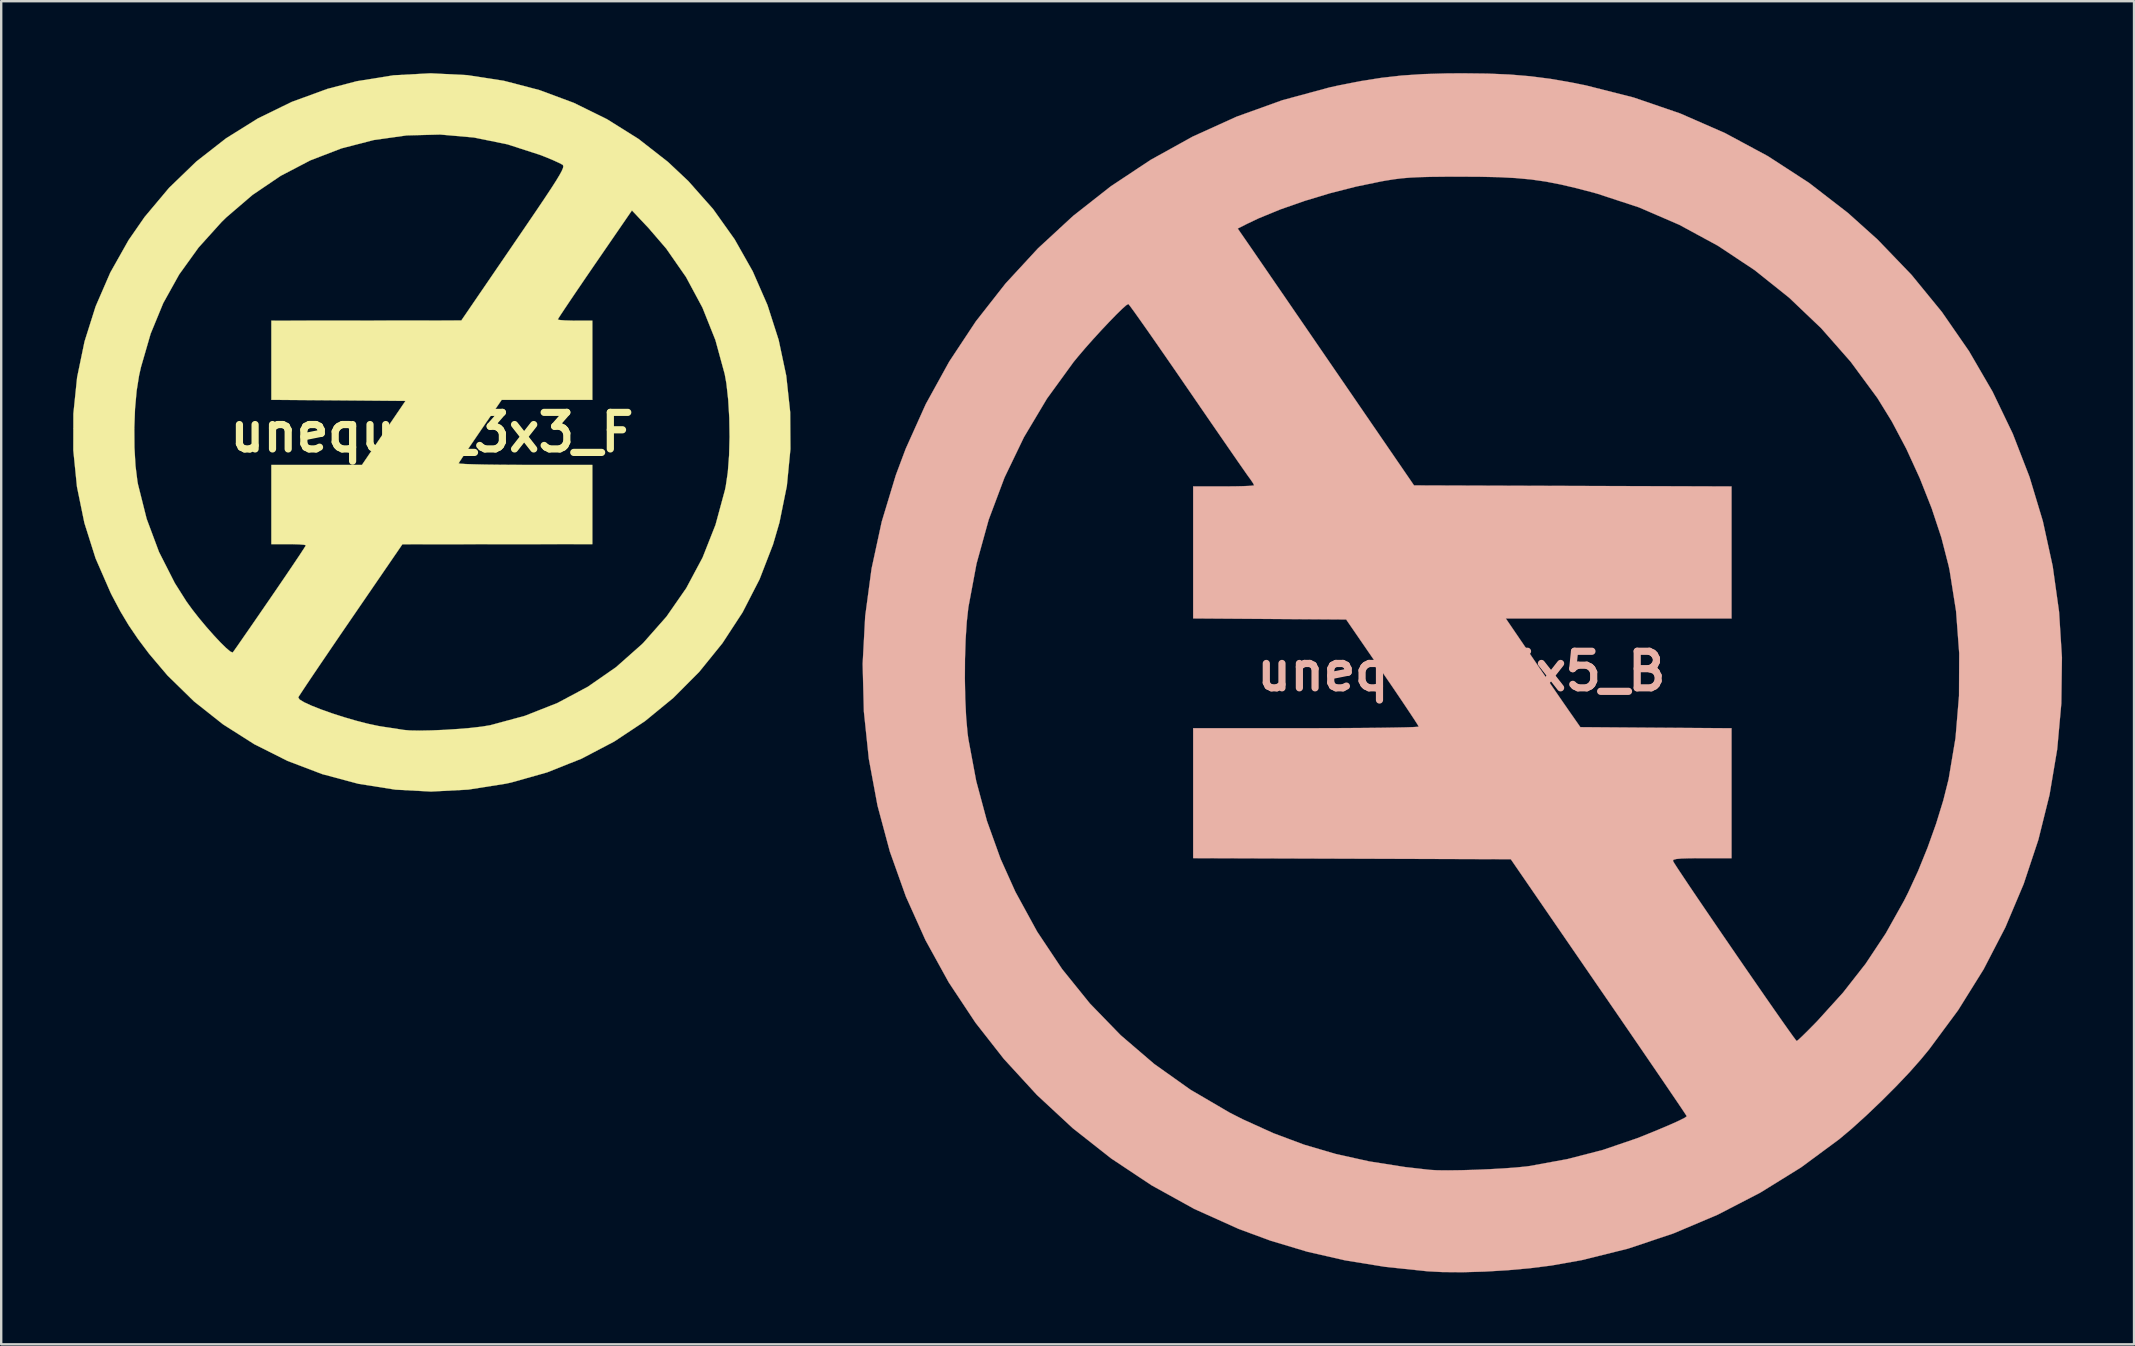
<source format=kicad_pcb>
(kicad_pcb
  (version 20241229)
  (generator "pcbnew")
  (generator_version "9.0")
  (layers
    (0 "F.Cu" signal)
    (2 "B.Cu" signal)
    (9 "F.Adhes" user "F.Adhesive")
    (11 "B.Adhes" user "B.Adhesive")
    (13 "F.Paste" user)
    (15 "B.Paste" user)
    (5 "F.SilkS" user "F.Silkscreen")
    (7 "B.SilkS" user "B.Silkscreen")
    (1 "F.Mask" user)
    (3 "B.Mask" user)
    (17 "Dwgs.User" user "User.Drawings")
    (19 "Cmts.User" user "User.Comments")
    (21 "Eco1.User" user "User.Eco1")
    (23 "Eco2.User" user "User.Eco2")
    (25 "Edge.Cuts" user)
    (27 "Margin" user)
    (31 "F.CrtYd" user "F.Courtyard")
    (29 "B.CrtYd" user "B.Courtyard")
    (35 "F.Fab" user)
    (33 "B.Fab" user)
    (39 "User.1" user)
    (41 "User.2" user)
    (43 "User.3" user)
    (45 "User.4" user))
  (footprint "unequal_5x5_B"
    (layer "F.Cu")
    (at 57.851 24.926)
    (property "Reference" "unequal_5x5_B" (at 0 0 0) (layer "B.SilkS") (effects (font (size 1.524 1.524) (thickness 0.3))))
    (attr through_hole)
    (fp_poly (pts (xy 1.088 -24.909) (xy 2.016 -24.87) (xy 2.875 -24.798) (xy 3.716 -24.69) (xy 4.587 -24.539) (xy 5.183 -24.419) (xy 7.182 -23.912) (xy 9.12 -23.248) (xy 10.988 -22.431) (xy 12.78 -21.466) (xy 14.49 -20.356) (xy 16.11 -19.104) (xy 17.348 -17.992) (xy 18.759 -16.525) (xy 20.028 -14.974) (xy 21.155 -13.346) (xy 22.14 -11.652) (xy 22.982 -9.899) (xy 23.68 -8.098) (xy 24.235 -6.256) (xy 24.645 -4.382) (xy 24.91 -2.486) (xy 25.03 -0.577) (xy 25.005 1.338) (xy 24.833 3.248) (xy 24.514 5.145) (xy 24.048 7.02) (xy 23.435 8.865) (xy 22.673 10.669) (xy 21.763 12.425) (xy 20.704 14.124) (xy 19.496 15.756) (xy 19.154 16.171) (xy 18.686 16.702) (xy 18.123 17.295) (xy 17.505 17.913) (xy 16.873 18.516) (xy 16.266 19.065) (xy 15.748 19.501) (xy 14.155 20.677) (xy 12.458 21.728) (xy 10.678 22.649) (xy 8.832 23.43) (xy 6.939 24.063) (xy 5.017 24.54) (xy 3.75 24.765) (xy 2.871 24.876) (xy 1.929 24.961) (xy 0.973 25.018) (xy 0.049 25.044) (xy -0.795 25.037) (xy -1.397 25.006) (xy -3.18 24.819) (xy -4.845 24.549) (xy -6.424 24.188) (xy -7.953 23.729) (xy -9.278 23.24) (xy -11.13 22.406) (xy -12.905 21.424) (xy -14.596 20.3) (xy -16.193 19.042) (xy -17.686 17.657) (xy -19.068 16.151) (xy -20.246 14.647) (xy -21.363 12.963) (xy -22.331 11.206) (xy -23.149 9.386) (xy -23.816 7.512) (xy -24.331 5.596) (xy -24.693 3.646) (xy -24.899 1.674) (xy -24.934 0.328) (xy -20.69 0.328) (xy -20.674 1.149) (xy -20.637 1.911) (xy -20.579 2.569) (xy -20.545 2.82) (xy -20.217 4.575) (xy -19.772 6.231) (xy -19.202 7.818) (xy -18.587 9.186) (xy -17.676 10.853) (xy -16.64 12.407) (xy -15.48 13.844) (xy -14.199 15.164) (xy -12.801 16.363) (xy -11.285 17.44) (xy -9.657 18.392) (xy -9.102 18.674) (xy -7.832 19.25) (xy -6.553 19.728) (xy -5.233 20.116) (xy -3.839 20.425) (xy -2.339 20.661) (xy -1.312 20.778) (xy -0.995 20.795) (xy -0.547 20.799) (xy -0.008 20.792) (xy 0.584 20.775) (xy 1.19 20.749) (xy 1.773 20.716) (xy 2.292 20.678) (xy 2.709 20.636) (xy 2.836 20.619) (xy 4.421 20.329) (xy 5.9 19.947) (xy 7.32 19.462) (xy 7.578 19.361) (xy 8.198 19.108) (xy 8.7 18.895) (xy 9.073 18.727) (xy 9.308 18.609) (xy 9.394 18.544) (xy 9.394 18.542) (xy 9.347 18.467) (xy 9.212 18.264) (xy 8.995 17.942) (xy 8.704 17.514) (xy 8.347 16.989) (xy 7.93 16.379) (xy 7.462 15.694) (xy 6.949 14.945) (xy 6.399 14.143) (xy 5.818 13.298) (xy 5.727 13.166) (xy 2.061 7.832) (xy -4.558 7.81) (xy -11.176 7.788) (xy -11.176 2.371) (xy -6.477 2.371) (xy -5.603 2.37) (xy -4.781 2.366) (xy -4.028 2.361) (xy -3.357 2.354) (xy -2.786 2.345) (xy -2.328 2.336) (xy -1.999 2.325) (xy -1.814 2.313) (xy -1.778 2.305) (xy -1.824 2.221) (xy -1.955 2.016) (xy -2.16 1.706) (xy -2.426 1.308) (xy -2.742 0.84) (xy -3.097 0.319) (xy -3.289 0.04) (xy -4.8 -2.159) (xy -7.988 -2.181) (xy -11.176 -2.203) (xy -11.176 -7.705) (xy -9.906 -7.705) (xy -9.464 -7.708) (xy -9.089 -7.716) (xy -8.81 -7.728) (xy -8.657 -7.744) (xy -8.636 -7.753) (xy -8.683 -7.844) (xy -8.798 -8.014) (xy -8.84 -8.07) (xy -8.928 -8.192) (xy -9.101 -8.44) (xy -9.35 -8.797) (xy -9.663 -9.25) (xy -10.032 -9.785) (xy -10.446 -10.385) (xy -10.895 -11.038) (xy -11.368 -11.727) (xy -11.426 -11.811) (xy -11.895 -12.494) (xy -12.337 -13.133) (xy -12.741 -13.716) (xy -13.098 -14.228) (xy -13.4 -14.656) (xy -13.635 -14.987) (xy -13.796 -15.207) (xy -13.873 -15.304) (xy -13.877 -15.307) (xy -13.962 -15.258) (xy -14.138 -15.102) (xy -14.384 -14.861) (xy -14.681 -14.555) (xy -15.009 -14.207) (xy -15.347 -13.837) (xy -15.676 -13.466) (xy -15.974 -13.116) (xy -16.161 -12.888) (xy -17.269 -11.363) (xy -18.228 -9.756) (xy -19.039 -8.072) (xy -19.698 -6.315) (xy -20.203 -4.49) (xy -20.544 -2.667) (xy -20.612 -2.05) (xy -20.659 -1.316) (xy -20.685 -0.508) (xy -20.69 0.328) (xy -24.934 0.328) (xy -24.95 -0.31) (xy -24.844 -2.297) (xy -24.579 -4.276) (xy -24.154 -6.238) (xy -23.569 -8.171) (xy -23.157 -9.271) (xy -22.319 -11.135) (xy -21.341 -12.908) (xy -20.231 -14.585) (xy -18.996 -16.16) (xy -17.643 -17.626) (xy -16.749 -18.451) (xy -9.319 -18.451) (xy -8.809 -17.714) (xy -8.672 -17.515) (xy -8.449 -17.19) (xy -8.15 -16.755) (xy -7.784 -16.221) (xy -7.36 -15.605) (xy -6.89 -14.919) (xy -6.381 -14.178) (xy -5.845 -13.396) (xy -5.29 -12.587) (xy -5.135 -12.361) (xy -1.971 -7.747) (xy 11.261 -7.704) (xy 11.261 -2.201) (xy 1.853 -2.201) (xy 2.934 -0.614) (xy 3.28 -0.106) (xy 3.627 0.401) (xy 3.952 0.875) (xy 4.232 1.282) (xy 4.446 1.59) (xy 4.488 1.651) (xy 4.961 2.328) (xy 8.111 2.351) (xy 11.261 2.373) (xy 11.261 7.789) (xy 10.027 7.789) (xy 9.531 7.792) (xy 9.184 7.802) (xy 8.963 7.822) (xy 8.849 7.852) (xy 8.819 7.896) (xy 8.82 7.902) (xy 8.872 7.993) (xy 9.009 8.206) (xy 9.221 8.525) (xy 9.495 8.935) (xy 9.822 9.419) (xy 10.191 9.962) (xy 10.591 10.549) (xy 11.012 11.164) (xy 11.442 11.791) (xy 11.871 12.415) (xy 12.289 13.019) (xy 12.683 13.589) (xy 13.045 14.109) (xy 13.362 14.562) (xy 13.625 14.934) (xy 13.822 15.209) (xy 13.943 15.371) (xy 13.977 15.409) (xy 14.052 15.352) (xy 14.22 15.194) (xy 14.459 14.958) (xy 14.746 14.667) (xy 14.827 14.584) (xy 15.906 13.393) (xy 16.849 12.188) (xy 17.686 10.926) (xy 18.449 9.563) (xy 18.62 9.224) (xy 19.035 8.325) (xy 19.43 7.35) (xy 19.787 6.351) (xy 20.085 5.383) (xy 20.307 4.5) (xy 20.31 4.484) (xy 20.595 2.781) (xy 20.741 1.024) (xy 20.749 -0.751) (xy 20.618 -2.506) (xy 20.349 -4.206) (xy 20.308 -4.399) (xy 20.008 -5.566) (xy 19.6 -6.798) (xy 19.106 -8.048) (xy 18.546 -9.27) (xy 17.939 -10.416) (xy 17.34 -11.388) (xy 16.228 -12.898) (xy 14.999 -14.295) (xy 13.661 -15.57) (xy 12.224 -16.718) (xy 10.695 -17.733) (xy 9.085 -18.607) (xy 7.402 -19.334) (xy 5.655 -19.907) (xy 5.574 -19.93) (xy 4.815 -20.13) (xy 4.142 -20.288) (xy 3.517 -20.409) (xy 2.903 -20.497) (xy 2.26 -20.556) (xy 1.553 -20.593) (xy 0.743 -20.61) (xy 0.042 -20.613) (xy -0.677 -20.612) (xy -1.257 -20.606) (xy -1.729 -20.594) (xy -2.121 -20.575) (xy -2.464 -20.547) (xy -2.789 -20.507) (xy -3.125 -20.454) (xy -3.33 -20.418) (xy -4.387 -20.2) (xy -5.47 -19.924) (xy -6.535 -19.602) (xy -7.54 -19.25) (xy -8.444 -18.879) (xy -8.914 -18.656) (xy -9.319 -18.451) (xy -16.749 -18.451) (xy -16.179 -18.978) (xy -14.613 -20.208) (xy -12.95 -21.312) (xy -11.2 -22.282) (xy -9.368 -23.113) (xy -7.462 -23.799) (xy -5.49 -24.333) (xy -5.098 -24.419) (xy -4.181 -24.599) (xy -3.327 -24.733) (xy -2.485 -24.828) (xy -1.607 -24.887) (xy -0.642 -24.916) (xy 0.042 -24.921) (xy 1.088 -24.909)) (stroke (width 0.01) (type solid)) (fill yes) (layer "B.SilkS")))
  (footprint "unequal_3x3_F"
    (layer "F.Cu")
    (at 14.947 14.97)
    (property "Reference" "unequal_3x3_F" (at 0 0 0) (layer "F.SilkS") (effects (font (size 1.524 1.524) (thickness 0.3))))
    (attr through_hole)
    (fp_poly (pts (xy 1.481 -14.888) (xy 2.997 -14.654) (xy 4.481 -14.267) (xy 5.92 -13.732) (xy 7.301 -13.052) (xy 8.612 -12.231) (xy 9.839 -11.273) (xy 10.689 -10.473) (xy 11.723 -9.305) (xy 12.619 -8.046) (xy 13.374 -6.71) (xy 13.987 -5.308) (xy 14.453 -3.855) (xy 14.77 -2.361) (xy 14.934 -0.84) (xy 14.944 0.695) (xy 14.795 2.232) (xy 14.486 3.758) (xy 14.22 4.668) (xy 13.657 6.123) (xy 12.95 7.499) (xy 12.109 8.787) (xy 11.144 9.979) (xy 10.064 11.064) (xy 8.88 12.035) (xy 7.602 12.882) (xy 6.24 13.597) (xy 4.804 14.169) (xy 3.303 14.592) (xy 3.082 14.64) (xy 1.516 14.887) (xy -0.03 14.968) (xy -1.515 14.889) (xy -3.059 14.645) (xy -4.563 14.243) (xy -6.014 13.691) (xy -7.398 12.996) (xy -8.702 12.167) (xy -9.913 11.209) (xy -10.078 11.047) (xy -5.568 11.047) (xy -5.508 11.134) (xy -5.31 11.253) (xy -4.999 11.395) (xy -4.602 11.551) (xy -4.145 11.713) (xy -3.652 11.871) (xy -3.151 12.017) (xy -2.668 12.141) (xy -2.227 12.235) (xy -2.032 12.267) (xy -1.692 12.318) (xy -1.392 12.364) (xy -1.195 12.396) (xy -1.185 12.398) (xy -0.91 12.422) (xy -0.506 12.429) (xy -0.012 12.419) (xy 0.533 12.396) (xy 1.088 12.36) (xy 1.615 12.316) (xy 2.074 12.263) (xy 2.427 12.205) (xy 2.437 12.203) (xy 3.876 11.813) (xy 5.232 11.278) (xy 6.5 10.601) (xy 7.675 9.785) (xy 8.751 8.832) (xy 8.815 8.769) (xy 9.779 7.677) (xy 10.602 6.492) (xy 11.284 5.215) (xy 11.822 3.852) (xy 12.215 2.404) (xy 12.249 2.241) (xy 12.335 1.656) (xy 12.388 0.955) (xy 12.408 0.186) (xy 12.396 -0.602) (xy 12.351 -1.36) (xy 12.276 -2.039) (xy 12.206 -2.429) (xy 11.818 -3.848) (xy 11.278 -5.2) (xy 10.592 -6.476) (xy 9.767 -7.662) (xy 9.03 -8.518) (xy 8.339 -9.251) (xy 6.794 -7.004) (xy 6.419 -6.457) (xy 6.078 -5.956) (xy 5.78 -5.516) (xy 5.538 -5.155) (xy 5.362 -4.89) (xy 5.265 -4.737) (xy 5.249 -4.707) (xy 5.328 -4.684) (xy 5.536 -4.667) (xy 5.836 -4.658) (xy 5.969 -4.657) (xy 6.689 -4.657) (xy 6.689 -1.355) (xy 2.91 -1.355) (xy 2.026 -0.066) (xy 1.745 0.346) (xy 1.497 0.711) (xy 1.299 1.005) (xy 1.166 1.206) (xy 1.115 1.289) (xy 1.189 1.304) (xy 1.414 1.319) (xy 1.768 1.331) (xy 2.234 1.342) (xy 2.792 1.349) (xy 3.421 1.354) (xy 3.888 1.355) (xy 6.689 1.355) (xy 6.689 4.657) (xy 2.731 4.66) (xy -1.228 4.664) (xy -3.387 7.813) (xy -3.833 8.464) (xy -4.248 9.074) (xy -4.624 9.627) (xy -4.951 10.11) (xy -5.218 10.508) (xy -5.416 10.807) (xy -5.536 10.991) (xy -5.568 11.047) (xy -10.078 11.047) (xy -11.016 10.131) (xy -11.78 9.229) (xy -12.247 8.607) (xy -12.633 8.038) (xy -12.981 7.457) (xy -13.33 6.799) (xy -13.387 6.685) (xy -14.013 5.251) (xy -14.48 3.774) (xy -14.789 2.268) (xy -14.942 0.746) (xy -14.94 -0.177) (xy -12.4 -0.177) (xy -12.394 0.632) (xy -12.35 1.392) (xy -12.268 2.05) (xy -12.248 2.159) (xy -11.885 3.604) (xy -11.371 4.982) (xy -10.711 6.281) (xy -10.223 7.053) (xy -9.982 7.384) (xy -9.702 7.741) (xy -9.401 8.102) (xy -9.1 8.443) (xy -8.82 8.743) (xy -8.58 8.979) (xy -8.401 9.13) (xy -8.302 9.174) (xy -8.296 9.169) (xy -8.234 9.085) (xy -8.089 8.879) (xy -7.873 8.567) (xy -7.597 8.169) (xy -7.274 7.701) (xy -6.916 7.18) (xy -6.742 6.928) (xy -6.374 6.39) (xy -6.039 5.898) (xy -5.749 5.469) (xy -5.514 5.119) (xy -5.348 4.865) (xy -5.26 4.726) (xy -5.249 4.705) (xy -5.328 4.683) (xy -5.536 4.666) (xy -5.836 4.657) (xy -5.969 4.657) (xy -6.689 4.657) (xy -6.689 1.355) (xy -2.913 1.355) (xy -1.099 -1.312) (xy -3.894 -1.335) (xy -6.689 -1.357) (xy -6.689 -4.657) (xy -2.731 -4.66) (xy 1.228 -4.664) (xy 3.41 -7.856) (xy 3.926 -8.612) (xy 4.353 -9.24) (xy 4.699 -9.754) (xy 4.971 -10.164) (xy 5.176 -10.484) (xy 5.322 -10.725) (xy 5.416 -10.899) (xy 5.466 -11.018) (xy 5.479 -11.094) (xy 5.463 -11.14) (xy 5.448 -11.154) (xy 5.308 -11.229) (xy 5.053 -11.345) (xy 4.726 -11.481) (xy 4.536 -11.556) (xy 3.15 -12.005) (xy 1.75 -12.29) (xy 0.347 -12.413) (xy -1.048 -12.377) (xy -2.421 -12.184) (xy -3.762 -11.838) (xy -5.06 -11.339) (xy -6.301 -10.691) (xy -7.475 -9.896) (xy -8.57 -8.957) (xy -8.764 -8.767) (xy -9.723 -7.703) (xy -10.53 -6.582) (xy -11.194 -5.388) (xy -11.721 -4.107) (xy -12.122 -2.722) (xy -12.201 -2.371) (xy -12.303 -1.731) (xy -12.37 -0.982) (xy -12.4 -0.177) (xy -14.94 -0.177) (xy -14.939 -0.78) (xy -14.783 -2.296) (xy -14.473 -3.791) (xy -14.012 -5.25) (xy -13.4 -6.661) (xy -12.639 -8.012) (xy -11.969 -8.979) (xy -10.948 -10.195) (xy -9.814 -11.289) (xy -8.577 -12.255) (xy -7.246 -13.086) (xy -5.834 -13.775) (xy -4.351 -14.316) (xy -3.129 -14.635) (xy -1.594 -14.882) (xy -0.053 -14.965) (xy 1.481 -14.888)) (stroke (width 0.01) (type solid)) (fill yes) (layer "F.SilkS")))
  (gr_rect
    (start -3 -3)
    (end 85.886 52.975)
    (stroke (width 0.1) (type default))
    (fill no)
    (layer "Edge.Cuts")))
</source>
